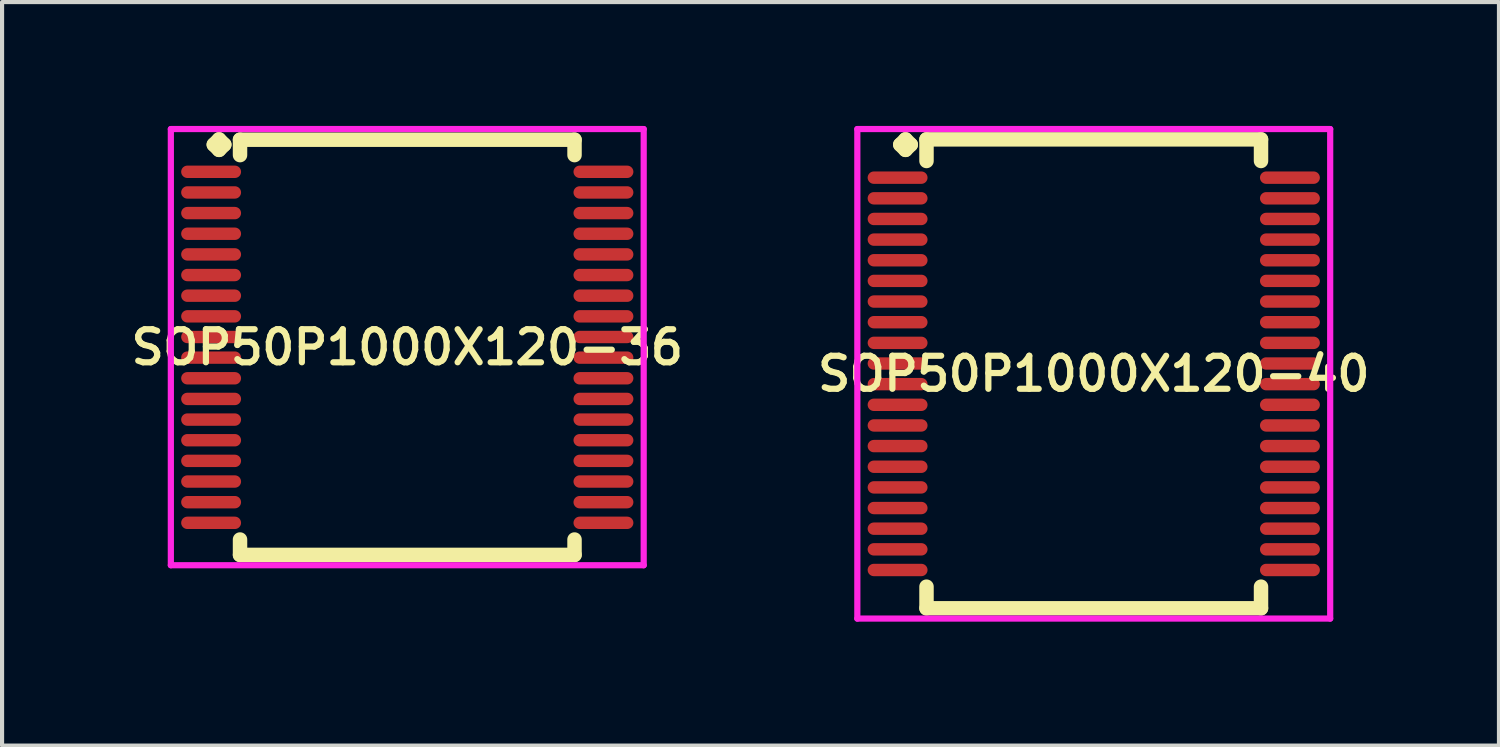
<source format=kicad_pcb>
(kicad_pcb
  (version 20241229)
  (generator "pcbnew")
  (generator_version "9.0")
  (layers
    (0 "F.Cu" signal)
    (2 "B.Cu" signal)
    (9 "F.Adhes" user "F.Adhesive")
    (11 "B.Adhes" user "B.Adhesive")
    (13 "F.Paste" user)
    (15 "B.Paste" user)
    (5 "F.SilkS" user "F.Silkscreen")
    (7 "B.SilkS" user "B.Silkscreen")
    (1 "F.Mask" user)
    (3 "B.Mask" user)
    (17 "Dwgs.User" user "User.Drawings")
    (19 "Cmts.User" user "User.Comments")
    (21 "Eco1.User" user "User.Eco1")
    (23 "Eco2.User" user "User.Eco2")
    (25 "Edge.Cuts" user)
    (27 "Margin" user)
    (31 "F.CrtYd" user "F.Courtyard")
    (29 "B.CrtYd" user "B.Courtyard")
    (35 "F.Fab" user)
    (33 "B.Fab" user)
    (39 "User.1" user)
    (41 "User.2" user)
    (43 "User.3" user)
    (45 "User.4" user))
  (footprint "SOP50P1000X120-36"
    (layer "F.Cu")
    (at 6.812 5.36)
    (property "Reference" "SOP50P1000X120-36" (at 0 0 0) (layer "F.SilkS") (effects (font (size 0.8 0.8) (thickness 0.15))))
    (attr smd)
    (fp_line (start -4.685 -4.908) (end -4.558 -5.035) (stroke (width 0.35) (type solid)) (layer "F.SilkS"))
    (fp_line (start -4.558 -5.035) (end -4.431 -4.908) (stroke (width 0.35) (type solid)) (layer "F.SilkS"))
    (fp_line (start -4.558 -4.781) (end -4.685 -4.908) (stroke (width 0.35) (type solid)) (layer "F.SilkS"))
    (fp_line (start -4.431 -4.908) (end -4.558 -4.781) (stroke (width 0.35) (type solid)) (layer "F.SilkS"))
    (fp_line (start -4.05 -5.027) (end 4.05 -5.027) (stroke (width 0.35) (type solid)) (layer "F.SilkS"))
    (fp_line (start -4.05 -4.654) (end -4.05 -5.027) (stroke (width 0.35) (type solid)) (layer "F.SilkS"))
    (fp_line (start -4.05 4.654) (end -4.05 5.027) (stroke (width 0.35) (type solid)) (layer "F.SilkS"))
    (fp_line (start -4.05 5.027) (end 4.05 5.027) (stroke (width 0.35) (type solid)) (layer "F.SilkS"))
    (fp_line (start 4.05 -5.027) (end 4.05 -4.654) (stroke (width 0.35) (type solid)) (layer "F.SilkS"))
    (fp_line (start 4.05 5.027) (end 4.05 4.654) (stroke (width 0.35) (type solid)) (layer "F.SilkS"))
    (fp_line (start -5.725 -5.285) (end 5.725 -5.285) (stroke (width 0.15) (type solid)) (layer "F.CrtYd"))
    (fp_line (start -5.725 5.277) (end -5.725 -5.285) (stroke (width 0.15) (type solid)) (layer "F.CrtYd"))
    (fp_line (start 5.725 -5.285) (end 5.725 5.277) (stroke (width 0.15) (type solid)) (layer "F.CrtYd"))
    (fp_line (start 5.725 5.277) (end -5.725 5.277) (stroke (width 0.15) (type solid)) (layer "F.CrtYd"))
    (pad "1" smd oval (at -4.75 -4.25) (size 1.45 0.3) (layers "F.Cu" "F.Mask" "F.Paste"))
    (pad "2" smd oval (at -4.75 -3.75) (size 1.45 0.3) (layers "F.Cu" "F.Mask" "F.Paste"))
    (pad "3" smd oval (at -4.75 -3.25) (size 1.45 0.3) (layers "F.Cu" "F.Mask" "F.Paste"))
    (pad "4" smd oval (at -4.75 -2.75) (size 1.45 0.3) (layers "F.Cu" "F.Mask" "F.Paste"))
    (pad "5" smd oval (at -4.75 -2.25) (size 1.45 0.3) (layers "F.Cu" "F.Mask" "F.Paste"))
    (pad "6" smd oval (at -4.75 -1.75) (size 1.45 0.3) (layers "F.Cu" "F.Mask" "F.Paste"))
    (pad "7" smd oval (at -4.75 -1.25) (size 1.45 0.3) (layers "F.Cu" "F.Mask" "F.Paste"))
    (pad "8" smd oval (at -4.75 -0.75) (size 1.45 0.3) (layers "F.Cu" "F.Mask" "F.Paste"))
    (pad "9" smd oval (at -4.75 -0.25) (size 1.45 0.3) (layers "F.Cu" "F.Mask" "F.Paste"))
    (pad "10" smd oval (at -4.75 0.25) (size 1.45 0.3) (layers "F.Cu" "F.Mask" "F.Paste"))
    (pad "11" smd oval (at -4.75 0.75) (size 1.45 0.3) (layers "F.Cu" "F.Mask" "F.Paste"))
    (pad "12" smd oval (at -4.75 1.25) (size 1.45 0.3) (layers "F.Cu" "F.Mask" "F.Paste"))
    (pad "13" smd oval (at -4.75 1.75) (size 1.45 0.3) (layers "F.Cu" "F.Mask" "F.Paste"))
    (pad "14" smd oval (at -4.75 2.25) (size 1.45 0.3) (layers "F.Cu" "F.Mask" "F.Paste"))
    (pad "15" smd oval (at -4.75 2.75) (size 1.45 0.3) (layers "F.Cu" "F.Mask" "F.Paste"))
    (pad "16" smd oval (at -4.75 3.25) (size 1.45 0.3) (layers "F.Cu" "F.Mask" "F.Paste"))
    (pad "17" smd oval (at -4.75 3.75) (size 1.45 0.3) (layers "F.Cu" "F.Mask" "F.Paste"))
    (pad "18" smd oval (at -4.75 4.25) (size 1.45 0.3) (layers "F.Cu" "F.Mask" "F.Paste"))
    (pad "19" smd oval (at 4.75 4.25) (size 1.45 0.3) (layers "F.Cu" "F.Mask" "F.Paste"))
    (pad "20" smd oval (at 4.75 3.75) (size 1.45 0.3) (layers "F.Cu" "F.Mask" "F.Paste"))
    (pad "21" smd oval (at 4.75 3.25) (size 1.45 0.3) (layers "F.Cu" "F.Mask" "F.Paste"))
    (pad "22" smd oval (at 4.75 2.75) (size 1.45 0.3) (layers "F.Cu" "F.Mask" "F.Paste"))
    (pad "23" smd oval (at 4.75 2.25) (size 1.45 0.3) (layers "F.Cu" "F.Mask" "F.Paste"))
    (pad "24" smd oval (at 4.75 1.75) (size 1.45 0.3) (layers "F.Cu" "F.Mask" "F.Paste"))
    (pad "25" smd oval (at 4.75 1.25) (size 1.45 0.3) (layers "F.Cu" "F.Mask" "F.Paste"))
    (pad "26" smd oval (at 4.75 0.75) (size 1.45 0.3) (layers "F.Cu" "F.Mask" "F.Paste"))
    (pad "27" smd oval (at 4.75 0.25) (size 1.45 0.3) (layers "F.Cu" "F.Mask" "F.Paste"))
    (pad "28" smd oval (at 4.75 -0.25) (size 1.45 0.3) (layers "F.Cu" "F.Mask" "F.Paste"))
    (pad "29" smd oval (at 4.75 -0.75) (size 1.45 0.3) (layers "F.Cu" "F.Mask" "F.Paste"))
    (pad "30" smd oval (at 4.75 -1.25) (size 1.45 0.3) (layers "F.Cu" "F.Mask" "F.Paste"))
    (pad "31" smd oval (at 4.75 -1.75) (size 1.45 0.3) (layers "F.Cu" "F.Mask" "F.Paste"))
    (pad "32" smd oval (at 4.75 -2.25) (size 1.45 0.3) (layers "F.Cu" "F.Mask" "F.Paste"))
    (pad "33" smd oval (at 4.75 -2.75) (size 1.45 0.3) (layers "F.Cu" "F.Mask" "F.Paste"))
    (pad "34" smd oval (at 4.75 -3.25) (size 1.45 0.3) (layers "F.Cu" "F.Mask" "F.Paste"))
    (pad "35" smd oval (at 4.75 -3.75) (size 1.45 0.3) (layers "F.Cu" "F.Mask" "F.Paste"))
    (pad "36" smd oval (at 4.75 -4.25) (size 1.45 0.3) (layers "F.Cu" "F.Mask" "F.Paste")))
  (footprint "SOP50P1000X120-40"
    (layer "F.Cu")
    (at 23.435 6.002)
    (property "Reference" "SOP50P1000X120-40" (at 0 0 0) (layer "F.SilkS") (effects (font (size 0.8 0.8) (thickness 0.15))))
    (attr smd)
    (fp_line (start -4.685 -5.55) (end -4.558 -5.677) (stroke (width 0.35) (type solid)) (layer "F.SilkS"))
    (fp_line (start -4.558 -5.677) (end -4.431 -5.55) (stroke (width 0.35) (type solid)) (layer "F.SilkS"))
    (fp_line (start -4.558 -5.423) (end -4.685 -5.55) (stroke (width 0.35) (type solid)) (layer "F.SilkS"))
    (fp_line (start -4.431 -5.55) (end -4.558 -5.423) (stroke (width 0.35) (type solid)) (layer "F.SilkS"))
    (fp_line (start -4.05 -5.677) (end 4.05 -5.677) (stroke (width 0.35) (type solid)) (layer "F.SilkS"))
    (fp_line (start -4.05 -5.154) (end -4.05 -5.677) (stroke (width 0.35) (type solid)) (layer "F.SilkS"))
    (fp_line (start -4.05 5.154) (end -4.05 5.677) (stroke (width 0.35) (type solid)) (layer "F.SilkS"))
    (fp_line (start -4.05 5.677) (end 4.05 5.677) (stroke (width 0.35) (type solid)) (layer "F.SilkS"))
    (fp_line (start 4.05 -5.677) (end 4.05 -5.154) (stroke (width 0.35) (type solid)) (layer "F.SilkS"))
    (fp_line (start 4.05 5.677) (end 4.05 5.154) (stroke (width 0.35) (type solid)) (layer "F.SilkS"))
    (fp_line (start -5.725 -5.927) (end 5.725 -5.927) (stroke (width 0.15) (type solid)) (layer "F.CrtYd"))
    (fp_line (start -5.725 5.927) (end -5.725 -5.927) (stroke (width 0.15) (type solid)) (layer "F.CrtYd"))
    (fp_line (start 5.725 -5.927) (end 5.725 5.927) (stroke (width 0.15) (type solid)) (layer "F.CrtYd"))
    (fp_line (start 5.725 5.927) (end -5.725 5.927) (stroke (width 0.15) (type solid)) (layer "F.CrtYd"))
    (pad "1" smd oval (at -4.75 -4.75) (size 1.45 0.3) (layers "F.Cu" "F.Mask" "F.Paste"))
    (pad "2" smd oval (at -4.75 -4.25) (size 1.45 0.3) (layers "F.Cu" "F.Mask" "F.Paste"))
    (pad "3" smd oval (at -4.75 -3.75) (size 1.45 0.3) (layers "F.Cu" "F.Mask" "F.Paste"))
    (pad "4" smd oval (at -4.75 -3.25) (size 1.45 0.3) (layers "F.Cu" "F.Mask" "F.Paste"))
    (pad "5" smd oval (at -4.75 -2.75) (size 1.45 0.3) (layers "F.Cu" "F.Mask" "F.Paste"))
    (pad "6" smd oval (at -4.75 -2.25) (size 1.45 0.3) (layers "F.Cu" "F.Mask" "F.Paste"))
    (pad "7" smd oval (at -4.75 -1.75) (size 1.45 0.3) (layers "F.Cu" "F.Mask" "F.Paste"))
    (pad "8" smd oval (at -4.75 -1.25) (size 1.45 0.3) (layers "F.Cu" "F.Mask" "F.Paste"))
    (pad "9" smd oval (at -4.75 -0.75) (size 1.45 0.3) (layers "F.Cu" "F.Mask" "F.Paste"))
    (pad "10" smd oval (at -4.75 -0.25) (size 1.45 0.3) (layers "F.Cu" "F.Mask" "F.Paste"))
    (pad "11" smd oval (at -4.75 0.25) (size 1.45 0.3) (layers "F.Cu" "F.Mask" "F.Paste"))
    (pad "12" smd oval (at -4.75 0.75) (size 1.45 0.3) (layers "F.Cu" "F.Mask" "F.Paste"))
    (pad "13" smd oval (at -4.75 1.25) (size 1.45 0.3) (layers "F.Cu" "F.Mask" "F.Paste"))
    (pad "14" smd oval (at -4.75 1.75) (size 1.45 0.3) (layers "F.Cu" "F.Mask" "F.Paste"))
    (pad "15" smd oval (at -4.75 2.25) (size 1.45 0.3) (layers "F.Cu" "F.Mask" "F.Paste"))
    (pad "16" smd oval (at -4.75 2.75) (size 1.45 0.3) (layers "F.Cu" "F.Mask" "F.Paste"))
    (pad "17" smd oval (at -4.75 3.25) (size 1.45 0.3) (layers "F.Cu" "F.Mask" "F.Paste"))
    (pad "18" smd oval (at -4.75 3.75) (size 1.45 0.3) (layers "F.Cu" "F.Mask" "F.Paste"))
    (pad "19" smd oval (at -4.75 4.25) (size 1.45 0.3) (layers "F.Cu" "F.Mask" "F.Paste"))
    (pad "20" smd oval (at -4.75 4.75) (size 1.45 0.3) (layers "F.Cu" "F.Mask" "F.Paste"))
    (pad "21" smd oval (at 4.75 4.75) (size 1.45 0.3) (layers "F.Cu" "F.Mask" "F.Paste"))
    (pad "22" smd oval (at 4.75 4.25) (size 1.45 0.3) (layers "F.Cu" "F.Mask" "F.Paste"))
    (pad "23" smd oval (at 4.75 3.75) (size 1.45 0.3) (layers "F.Cu" "F.Mask" "F.Paste"))
    (pad "24" smd oval (at 4.75 3.25) (size 1.45 0.3) (layers "F.Cu" "F.Mask" "F.Paste"))
    (pad "25" smd oval (at 4.75 2.75) (size 1.45 0.3) (layers "F.Cu" "F.Mask" "F.Paste"))
    (pad "26" smd oval (at 4.75 2.25) (size 1.45 0.3) (layers "F.Cu" "F.Mask" "F.Paste"))
    (pad "27" smd oval (at 4.75 1.75) (size 1.45 0.3) (layers "F.Cu" "F.Mask" "F.Paste"))
    (pad "28" smd oval (at 4.75 1.25) (size 1.45 0.3) (layers "F.Cu" "F.Mask" "F.Paste"))
    (pad "29" smd oval (at 4.75 0.75) (size 1.45 0.3) (layers "F.Cu" "F.Mask" "F.Paste"))
    (pad "30" smd oval (at 4.75 0.25) (size 1.45 0.3) (layers "F.Cu" "F.Mask" "F.Paste"))
    (pad "31" smd oval (at 4.75 -0.25) (size 1.45 0.3) (layers "F.Cu" "F.Mask" "F.Paste"))
    (pad "32" smd oval (at 4.75 -0.75) (size 1.45 0.3) (layers "F.Cu" "F.Mask" "F.Paste"))
    (pad "33" smd oval (at 4.75 -1.25) (size 1.45 0.3) (layers "F.Cu" "F.Mask" "F.Paste"))
    (pad "34" smd oval (at 4.75 -1.75) (size 1.45 0.3) (layers "F.Cu" "F.Mask" "F.Paste"))
    (pad "35" smd oval (at 4.75 -2.25) (size 1.45 0.3) (layers "F.Cu" "F.Mask" "F.Paste"))
    (pad "36" smd oval (at 4.75 -2.75) (size 1.45 0.3) (layers "F.Cu" "F.Mask" "F.Paste"))
    (pad "37" smd oval (at 4.75 -3.25) (size 1.45 0.3) (layers "F.Cu" "F.Mask" "F.Paste"))
    (pad "38" smd oval (at 4.75 -3.75) (size 1.45 0.3) (layers "F.Cu" "F.Mask" "F.Paste"))
    (pad "39" smd oval (at 4.75 -4.25) (size 1.45 0.3) (layers "F.Cu" "F.Mask" "F.Paste"))
    (pad "40" smd oval (at 4.75 -4.75) (size 1.45 0.3) (layers "F.Cu" "F.Mask" "F.Paste")))
  (gr_rect
    (start -3 -3)
    (end 33.247 15.004)
    (stroke (width 0.1) (type default))
    (fill no)
    (layer "Edge.Cuts")))
</source>
